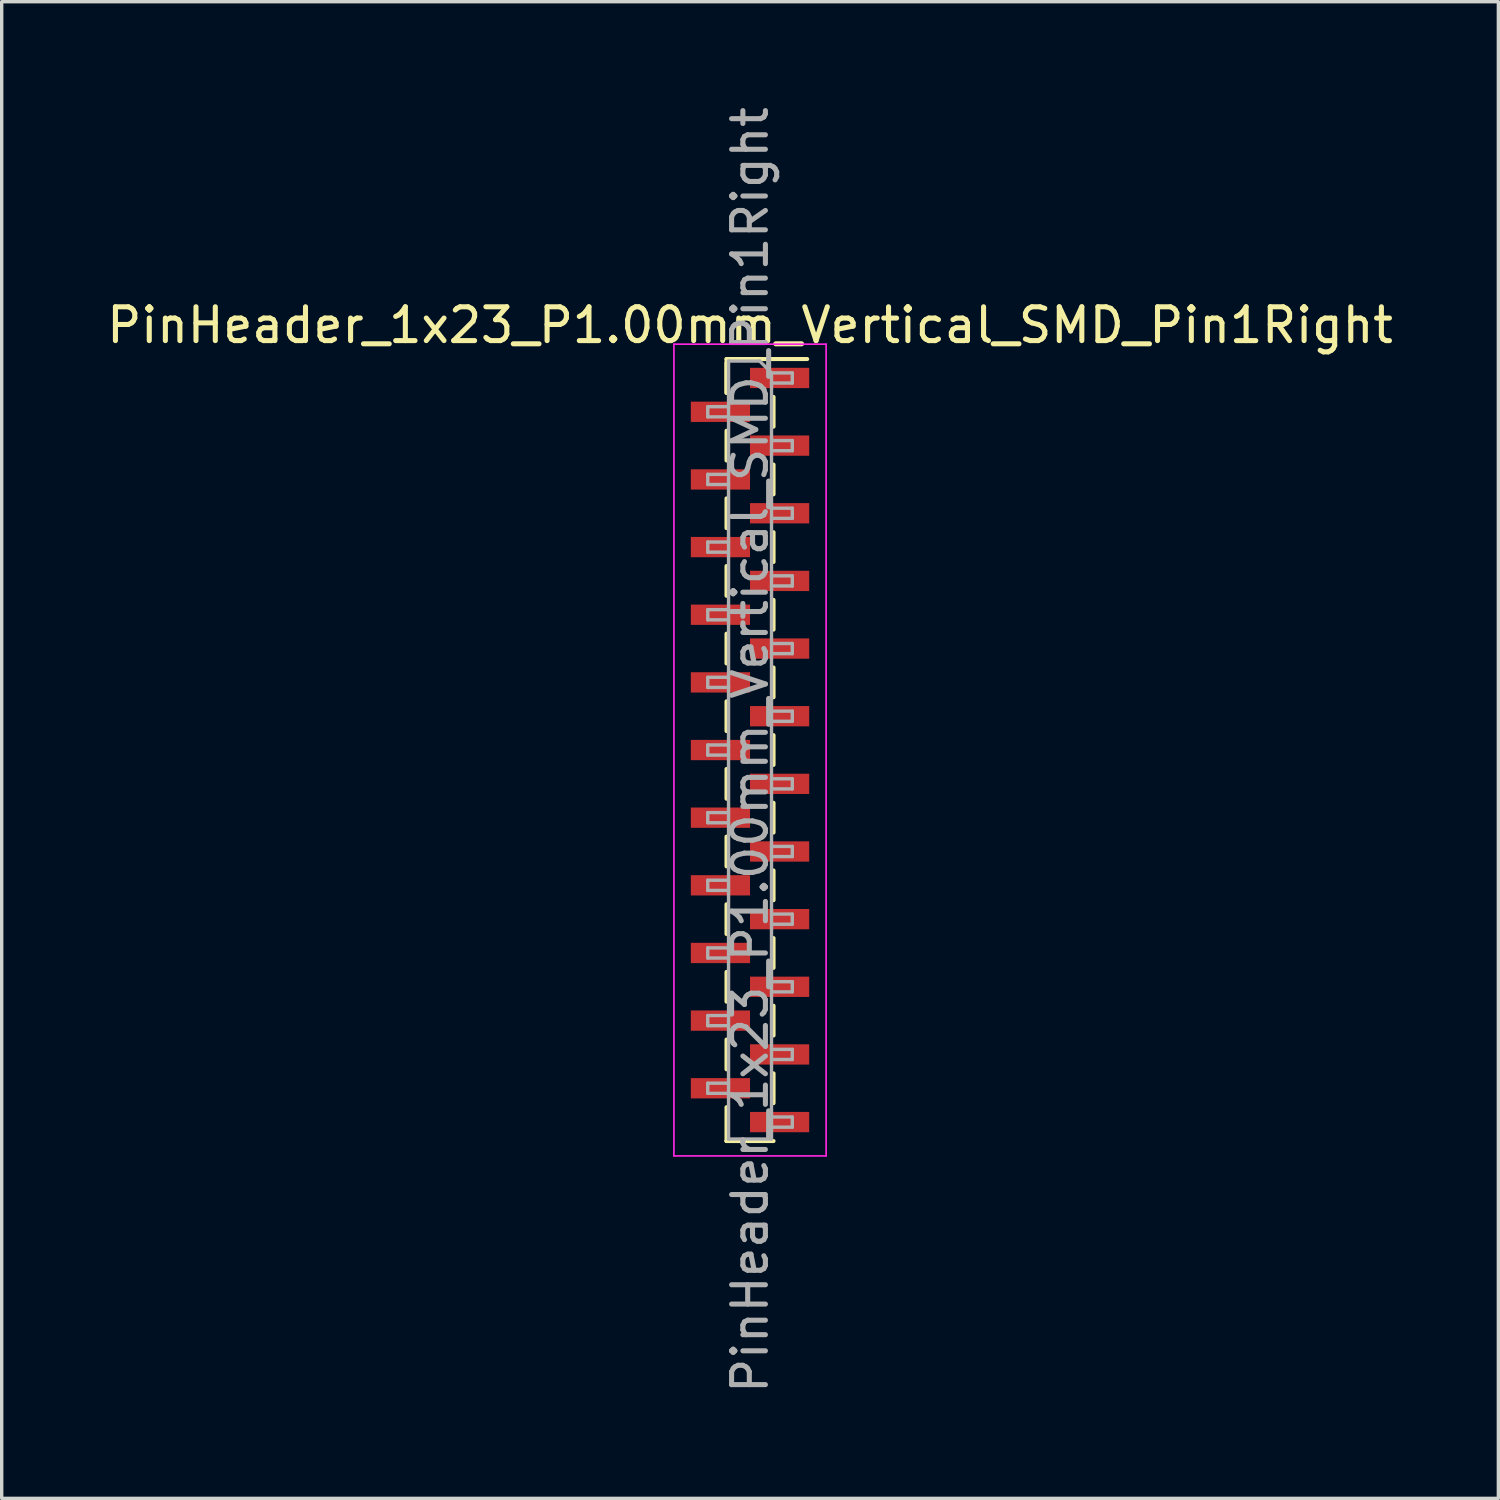
<source format=kicad_pcb>
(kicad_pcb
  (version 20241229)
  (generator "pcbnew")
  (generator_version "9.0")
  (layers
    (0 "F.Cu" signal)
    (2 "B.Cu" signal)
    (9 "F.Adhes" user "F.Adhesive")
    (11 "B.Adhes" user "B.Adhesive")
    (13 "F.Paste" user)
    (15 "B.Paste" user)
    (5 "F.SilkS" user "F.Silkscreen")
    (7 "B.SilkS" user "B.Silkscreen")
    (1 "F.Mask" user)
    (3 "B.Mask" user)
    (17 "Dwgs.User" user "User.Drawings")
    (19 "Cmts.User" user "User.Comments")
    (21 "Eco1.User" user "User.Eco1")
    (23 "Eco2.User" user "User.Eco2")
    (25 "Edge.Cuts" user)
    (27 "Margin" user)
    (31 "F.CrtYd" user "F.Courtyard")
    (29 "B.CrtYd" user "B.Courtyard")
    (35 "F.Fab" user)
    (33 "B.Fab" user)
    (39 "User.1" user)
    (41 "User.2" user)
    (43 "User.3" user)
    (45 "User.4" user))
  (footprint "PinHeader_1x23_P1.00mm_Vertical_SMD_Pin1Right"
    (layer "F.Cu")
    (at 19.125 19.125)
    (property "Reference" "PinHeader_1x23_P1.00mm_Vertical_SMD_Pin1Right" (at 0 -12.56 0) (layer "F.SilkS") (effects (font (size 1 1) (thickness 0.15))))
    (attr smd)
    (fp_line (start -0.695 -11.56) (end -0.695 -10.56) (stroke (width 0.12) (type solid)) (layer "F.SilkS"))
    (fp_line (start -0.695 -11.56) (end 0.695 -11.56) (stroke (width 0.12) (type solid)) (layer "F.SilkS"))
    (fp_line (start -0.695 -11.44) (end -0.695 -10.56) (stroke (width 0.12) (type solid)) (layer "F.SilkS"))
    (fp_line (start -0.695 -9.44) (end -0.695 -8.56) (stroke (width 0.12) (type solid)) (layer "F.SilkS"))
    (fp_line (start -0.695 -7.44) (end -0.695 -6.56) (stroke (width 0.12) (type solid)) (layer "F.SilkS"))
    (fp_line (start -0.695 -5.44) (end -0.695 -4.56) (stroke (width 0.12) (type solid)) (layer "F.SilkS"))
    (fp_line (start -0.695 -3.44) (end -0.695 -2.56) (stroke (width 0.12) (type solid)) (layer "F.SilkS"))
    (fp_line (start -0.695 -1.44) (end -0.695 -0.56) (stroke (width 0.12) (type solid)) (layer "F.SilkS"))
    (fp_line (start -0.695 0.56) (end -0.695 1.44) (stroke (width 0.12) (type solid)) (layer "F.SilkS"))
    (fp_line (start -0.695 2.56) (end -0.695 3.44) (stroke (width 0.12) (type solid)) (layer "F.SilkS"))
    (fp_line (start -0.695 4.56) (end -0.695 5.44) (stroke (width 0.12) (type solid)) (layer "F.SilkS"))
    (fp_line (start -0.695 6.56) (end -0.695 7.44) (stroke (width 0.12) (type solid)) (layer "F.SilkS"))
    (fp_line (start -0.695 8.56) (end -0.695 9.44) (stroke (width 0.12) (type solid)) (layer "F.SilkS"))
    (fp_line (start -0.695 10.56) (end -0.695 11.56) (stroke (width 0.12) (type solid)) (layer "F.SilkS"))
    (fp_line (start -0.695 11.56) (end -0.695 11.56) (stroke (width 0.12) (type solid)) (layer "F.SilkS"))
    (fp_line (start -0.695 11.56) (end 0.695 11.56) (stroke (width 0.12) (type solid)) (layer "F.SilkS"))
    (fp_line (start 0.695 -11.56) (end 0.695 -11.56) (stroke (width 0.12) (type solid)) (layer "F.SilkS"))
    (fp_line (start 0.695 -11.56) (end 1.69 -11.56) (stroke (width 0.12) (type solid)) (layer "F.SilkS"))
    (fp_line (start 0.695 -10.44) (end 0.695 -9.56) (stroke (width 0.12) (type solid)) (layer "F.SilkS"))
    (fp_line (start 0.695 -8.44) (end 0.695 -7.56) (stroke (width 0.12) (type solid)) (layer "F.SilkS"))
    (fp_line (start 0.695 -6.44) (end 0.695 -5.56) (stroke (width 0.12) (type solid)) (layer "F.SilkS"))
    (fp_line (start 0.695 -4.44) (end 0.695 -3.56) (stroke (width 0.12) (type solid)) (layer "F.SilkS"))
    (fp_line (start 0.695 -2.44) (end 0.695 -1.56) (stroke (width 0.12) (type solid)) (layer "F.SilkS"))
    (fp_line (start 0.695 -0.44) (end 0.695 0.44) (stroke (width 0.12) (type solid)) (layer "F.SilkS"))
    (fp_line (start 0.695 1.56) (end 0.695 2.44) (stroke (width 0.12) (type solid)) (layer "F.SilkS"))
    (fp_line (start 0.695 3.56) (end 0.695 4.44) (stroke (width 0.12) (type solid)) (layer "F.SilkS"))
    (fp_line (start 0.695 5.56) (end 0.695 6.44) (stroke (width 0.12) (type solid)) (layer "F.SilkS"))
    (fp_line (start 0.695 7.56) (end 0.695 8.44) (stroke (width 0.12) (type solid)) (layer "F.SilkS"))
    (fp_line (start 0.695 9.56) (end 0.695 10.44) (stroke (width 0.12) (type solid)) (layer "F.SilkS"))
    (fp_line (start -2.25 -12) (end -2.25 12) (stroke (width 0.05) (type solid)) (layer "F.CrtYd"))
    (fp_line (start -2.25 12) (end 2.25 12) (stroke (width 0.05) (type solid)) (layer "F.CrtYd"))
    (fp_line (start 2.25 -12) (end -2.25 -12) (stroke (width 0.05) (type solid)) (layer "F.CrtYd"))
    (fp_line (start 2.25 12) (end 2.25 -12) (stroke (width 0.05) (type solid)) (layer "F.CrtYd"))
    (fp_line (start -1.25 -10.15) (end -1.25 -9.85) (stroke (width 0.1) (type solid)) (layer "F.Fab"))
    (fp_line (start -1.25 -9.85) (end -0.635 -9.85) (stroke (width 0.1) (type solid)) (layer "F.Fab"))
    (fp_line (start -1.25 -8.15) (end -1.25 -7.85) (stroke (width 0.1) (type solid)) (layer "F.Fab"))
    (fp_line (start -1.25 -7.85) (end -0.635 -7.85) (stroke (width 0.1) (type solid)) (layer "F.Fab"))
    (fp_line (start -1.25 -6.15) (end -1.25 -5.85) (stroke (width 0.1) (type solid)) (layer "F.Fab"))
    (fp_line (start -1.25 -5.85) (end -0.635 -5.85) (stroke (width 0.1) (type solid)) (layer "F.Fab"))
    (fp_line (start -1.25 -4.15) (end -1.25 -3.85) (stroke (width 0.1) (type solid)) (layer "F.Fab"))
    (fp_line (start -1.25 -3.85) (end -0.635 -3.85) (stroke (width 0.1) (type solid)) (layer "F.Fab"))
    (fp_line (start -1.25 -2.15) (end -1.25 -1.85) (stroke (width 0.1) (type solid)) (layer "F.Fab"))
    (fp_line (start -1.25 -1.85) (end -0.635 -1.85) (stroke (width 0.1) (type solid)) (layer "F.Fab"))
    (fp_line (start -1.25 -0.15) (end -1.25 0.15) (stroke (width 0.1) (type solid)) (layer "F.Fab"))
    (fp_line (start -1.25 0.15) (end -0.635 0.15) (stroke (width 0.1) (type solid)) (layer "F.Fab"))
    (fp_line (start -1.25 1.85) (end -1.25 2.15) (stroke (width 0.1) (type solid)) (layer "F.Fab"))
    (fp_line (start -1.25 2.15) (end -0.635 2.15) (stroke (width 0.1) (type solid)) (layer "F.Fab"))
    (fp_line (start -1.25 3.85) (end -1.25 4.15) (stroke (width 0.1) (type solid)) (layer "F.Fab"))
    (fp_line (start -1.25 4.15) (end -0.635 4.15) (stroke (width 0.1) (type solid)) (layer "F.Fab"))
    (fp_line (start -1.25 5.85) (end -1.25 6.15) (stroke (width 0.1) (type solid)) (layer "F.Fab"))
    (fp_line (start -1.25 6.15) (end -0.635 6.15) (stroke (width 0.1) (type solid)) (layer "F.Fab"))
    (fp_line (start -1.25 7.85) (end -1.25 8.15) (stroke (width 0.1) (type solid)) (layer "F.Fab"))
    (fp_line (start -1.25 8.15) (end -0.635 8.15) (stroke (width 0.1) (type solid)) (layer "F.Fab"))
    (fp_line (start -1.25 9.85) (end -1.25 10.15) (stroke (width 0.1) (type solid)) (layer "F.Fab"))
    (fp_line (start -1.25 10.15) (end -0.635 10.15) (stroke (width 0.1) (type solid)) (layer "F.Fab"))
    (fp_line (start -0.635 -11.5) (end -0.635 11.5) (stroke (width 0.1) (type solid)) (layer "F.Fab"))
    (fp_line (start -0.635 -11.5) (end 0.285 -11.5) (stroke (width 0.1) (type solid)) (layer "F.Fab"))
    (fp_line (start -0.635 -10.15) (end -1.25 -10.15) (stroke (width 0.1) (type solid)) (layer "F.Fab"))
    (fp_line (start -0.635 -8.15) (end -1.25 -8.15) (stroke (width 0.1) (type solid)) (layer "F.Fab"))
    (fp_line (start -0.635 -6.15) (end -1.25 -6.15) (stroke (width 0.1) (type solid)) (layer "F.Fab"))
    (fp_line (start -0.635 -4.15) (end -1.25 -4.15) (stroke (width 0.1) (type solid)) (layer "F.Fab"))
    (fp_line (start -0.635 -2.15) (end -1.25 -2.15) (stroke (width 0.1) (type solid)) (layer "F.Fab"))
    (fp_line (start -0.635 -0.15) (end -1.25 -0.15) (stroke (width 0.1) (type solid)) (layer "F.Fab"))
    (fp_line (start -0.635 1.85) (end -1.25 1.85) (stroke (width 0.1) (type solid)) (layer "F.Fab"))
    (fp_line (start -0.635 3.85) (end -1.25 3.85) (stroke (width 0.1) (type solid)) (layer "F.Fab"))
    (fp_line (start -0.635 5.85) (end -1.25 5.85) (stroke (width 0.1) (type solid)) (layer "F.Fab"))
    (fp_line (start -0.635 7.85) (end -1.25 7.85) (stroke (width 0.1) (type solid)) (layer "F.Fab"))
    (fp_line (start -0.635 9.85) (end -1.25 9.85) (stroke (width 0.1) (type solid)) (layer "F.Fab"))
    (fp_line (start 0.635 -11.15) (end 0.285 -11.5) (stroke (width 0.1) (type solid)) (layer "F.Fab"))
    (fp_line (start 0.635 -11.15) (end 1.25 -11.15) (stroke (width 0.1) (type solid)) (layer "F.Fab"))
    (fp_line (start 0.635 -9.15) (end 1.25 -9.15) (stroke (width 0.1) (type solid)) (layer "F.Fab"))
    (fp_line (start 0.635 -7.15) (end 1.25 -7.15) (stroke (width 0.1) (type solid)) (layer "F.Fab"))
    (fp_line (start 0.635 -5.15) (end 1.25 -5.15) (stroke (width 0.1) (type solid)) (layer "F.Fab"))
    (fp_line (start 0.635 -3.15) (end 1.25 -3.15) (stroke (width 0.1) (type solid)) (layer "F.Fab"))
    (fp_line (start 0.635 -1.15) (end 1.25 -1.15) (stroke (width 0.1) (type solid)) (layer "F.Fab"))
    (fp_line (start 0.635 0.85) (end 1.25 0.85) (stroke (width 0.1) (type solid)) (layer "F.Fab"))
    (fp_line (start 0.635 2.85) (end 1.25 2.85) (stroke (width 0.1) (type solid)) (layer "F.Fab"))
    (fp_line (start 0.635 4.85) (end 1.25 4.85) (stroke (width 0.1) (type solid)) (layer "F.Fab"))
    (fp_line (start 0.635 6.85) (end 1.25 6.85) (stroke (width 0.1) (type solid)) (layer "F.Fab"))
    (fp_line (start 0.635 8.85) (end 1.25 8.85) (stroke (width 0.1) (type solid)) (layer "F.Fab"))
    (fp_line (start 0.635 10.85) (end 1.25 10.85) (stroke (width 0.1) (type solid)) (layer "F.Fab"))
    (fp_line (start 0.635 11.5) (end -0.635 11.5) (stroke (width 0.1) (type solid)) (layer "F.Fab"))
    (fp_line (start 0.635 11.5) (end 0.635 -11.15) (stroke (width 0.1) (type solid)) (layer "F.Fab"))
    (fp_line (start 1.25 -11.15) (end 1.25 -10.85) (stroke (width 0.1) (type solid)) (layer "F.Fab"))
    (fp_line (start 1.25 -10.85) (end 0.635 -10.85) (stroke (width 0.1) (type solid)) (layer "F.Fab"))
    (fp_line (start 1.25 -9.15) (end 1.25 -8.85) (stroke (width 0.1) (type solid)) (layer "F.Fab"))
    (fp_line (start 1.25 -8.85) (end 0.635 -8.85) (stroke (width 0.1) (type solid)) (layer "F.Fab"))
    (fp_line (start 1.25 -7.15) (end 1.25 -6.85) (stroke (width 0.1) (type solid)) (layer "F.Fab"))
    (fp_line (start 1.25 -6.85) (end 0.635 -6.85) (stroke (width 0.1) (type solid)) (layer "F.Fab"))
    (fp_line (start 1.25 -5.15) (end 1.25 -4.85) (stroke (width 0.1) (type solid)) (layer "F.Fab"))
    (fp_line (start 1.25 -4.85) (end 0.635 -4.85) (stroke (width 0.1) (type solid)) (layer "F.Fab"))
    (fp_line (start 1.25 -3.15) (end 1.25 -2.85) (stroke (width 0.1) (type solid)) (layer "F.Fab"))
    (fp_line (start 1.25 -2.85) (end 0.635 -2.85) (stroke (width 0.1) (type solid)) (layer "F.Fab"))
    (fp_line (start 1.25 -1.15) (end 1.25 -0.85) (stroke (width 0.1) (type solid)) (layer "F.Fab"))
    (fp_line (start 1.25 -0.85) (end 0.635 -0.85) (stroke (width 0.1) (type solid)) (layer "F.Fab"))
    (fp_line (start 1.25 0.85) (end 1.25 1.15) (stroke (width 0.1) (type solid)) (layer "F.Fab"))
    (fp_line (start 1.25 1.15) (end 0.635 1.15) (stroke (width 0.1) (type solid)) (layer "F.Fab"))
    (fp_line (start 1.25 2.85) (end 1.25 3.15) (stroke (width 0.1) (type solid)) (layer "F.Fab"))
    (fp_line (start 1.25 3.15) (end 0.635 3.15) (stroke (width 0.1) (type solid)) (layer "F.Fab"))
    (fp_line (start 1.25 4.85) (end 1.25 5.15) (stroke (width 0.1) (type solid)) (layer "F.Fab"))
    (fp_line (start 1.25 5.15) (end 0.635 5.15) (stroke (width 0.1) (type solid)) (layer "F.Fab"))
    (fp_line (start 1.25 6.85) (end 1.25 7.15) (stroke (width 0.1) (type solid)) (layer "F.Fab"))
    (fp_line (start 1.25 7.15) (end 0.635 7.15) (stroke (width 0.1) (type solid)) (layer "F.Fab"))
    (fp_line (start 1.25 8.85) (end 1.25 9.15) (stroke (width 0.1) (type solid)) (layer "F.Fab"))
    (fp_line (start 1.25 9.15) (end 0.635 9.15) (stroke (width 0.1) (type solid)) (layer "F.Fab"))
    (fp_line (start 1.25 10.85) (end 1.25 11.15) (stroke (width 0.1) (type solid)) (layer "F.Fab"))
    (fp_line (start 1.25 11.15) (end 0.635 11.15) (stroke (width 0.1) (type solid)) (layer "F.Fab"))
    (fp_text user "${REFERENCE}" (at 0 0 90) (layer "F.Fab") (effects (font (size 1 1) (thickness 0.15))))
    (pad "1" smd rect (at 0.875 -11) (size 1.75 0.6) (layers "F.Cu" "F.Mask" "F.Paste"))
    (pad "2" smd rect (at -0.875 -10) (size 1.75 0.6) (layers "F.Cu" "F.Mask" "F.Paste"))
    (pad "3" smd rect (at 0.875 -9) (size 1.75 0.6) (layers "F.Cu" "F.Mask" "F.Paste"))
    (pad "4" smd rect (at -0.875 -8) (size 1.75 0.6) (layers "F.Cu" "F.Mask" "F.Paste"))
    (pad "5" smd rect (at 0.875 -7) (size 1.75 0.6) (layers "F.Cu" "F.Mask" "F.Paste"))
    (pad "6" smd rect (at -0.875 -6) (size 1.75 0.6) (layers "F.Cu" "F.Mask" "F.Paste"))
    (pad "7" smd rect (at 0.875 -5) (size 1.75 0.6) (layers "F.Cu" "F.Mask" "F.Paste"))
    (pad "8" smd rect (at -0.875 -4) (size 1.75 0.6) (layers "F.Cu" "F.Mask" "F.Paste"))
    (pad "9" smd rect (at 0.875 -3) (size 1.75 0.6) (layers "F.Cu" "F.Mask" "F.Paste"))
    (pad "10" smd rect (at -0.875 -2) (size 1.75 0.6) (layers "F.Cu" "F.Mask" "F.Paste"))
    (pad "11" smd rect (at 0.875 -1) (size 1.75 0.6) (layers "F.Cu" "F.Mask" "F.Paste"))
    (pad "12" smd rect (at -0.875 0) (size 1.75 0.6) (layers "F.Cu" "F.Mask" "F.Paste"))
    (pad "13" smd rect (at 0.875 1) (size 1.75 0.6) (layers "F.Cu" "F.Mask" "F.Paste"))
    (pad "14" smd rect (at -0.875 2) (size 1.75 0.6) (layers "F.Cu" "F.Mask" "F.Paste"))
    (pad "15" smd rect (at 0.875 3) (size 1.75 0.6) (layers "F.Cu" "F.Mask" "F.Paste"))
    (pad "16" smd rect (at -0.875 4) (size 1.75 0.6) (layers "F.Cu" "F.Mask" "F.Paste"))
    (pad "17" smd rect (at 0.875 5) (size 1.75 0.6) (layers "F.Cu" "F.Mask" "F.Paste"))
    (pad "18" smd rect (at -0.875 6) (size 1.75 0.6) (layers "F.Cu" "F.Mask" "F.Paste"))
    (pad "19" smd rect (at 0.875 7) (size 1.75 0.6) (layers "F.Cu" "F.Mask" "F.Paste"))
    (pad "20" smd rect (at -0.875 8) (size 1.75 0.6) (layers "F.Cu" "F.Mask" "F.Paste"))
    (pad "21" smd rect (at 0.875 9) (size 1.75 0.6) (layers "F.Cu" "F.Mask" "F.Paste"))
    (pad "22" smd rect (at -0.875 10) (size 1.75 0.6) (layers "F.Cu" "F.Mask" "F.Paste"))
    (pad "23" smd rect (at 0.875 11) (size 1.75 0.6) (layers "F.Cu" "F.Mask" "F.Paste")))
  (gr_rect
    (start -3 -3)
    (end 41.25 41.25)
    (stroke (width 0.1) (type default))
    (fill no)
    (layer "Edge.Cuts")))
</source>
